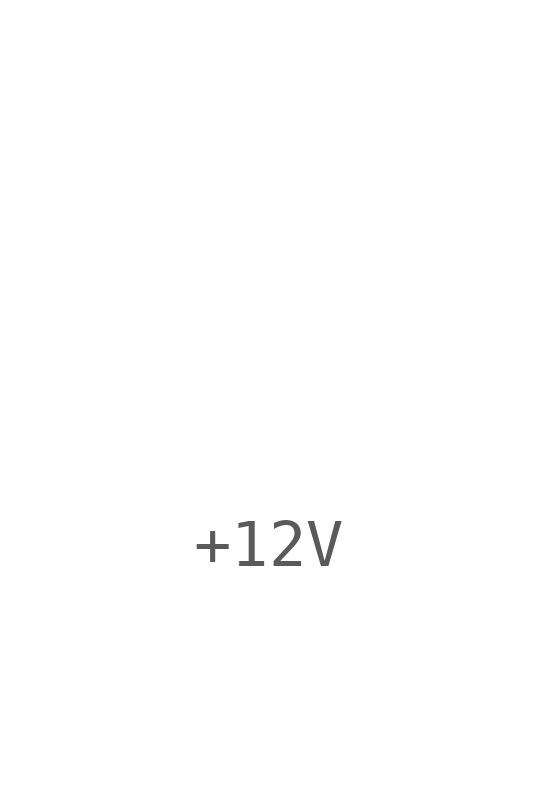
<source format=kicad_sym>
(kicad_symbol_lib
  (version 20211014)
  (generator kicad_symbol_editor)
  (symbol "+12V"
    (power)
    (pin_numbers hide)
    (pin_names
      (offset 0.635))
    (property "Reference" "#PWR"
      (at 0 -2.54 0)
      (effects (font (size 1.778 1.778)) hide))
    (symbol "+12V_1_1"
      (pin power_in inverted (at 0 0 90) (length 5.08) hide (name "+12V" (effects (font (size 1.27 1.27)))) (number "1" (effects (font (size 1.27 1.27))))))))
</source>
